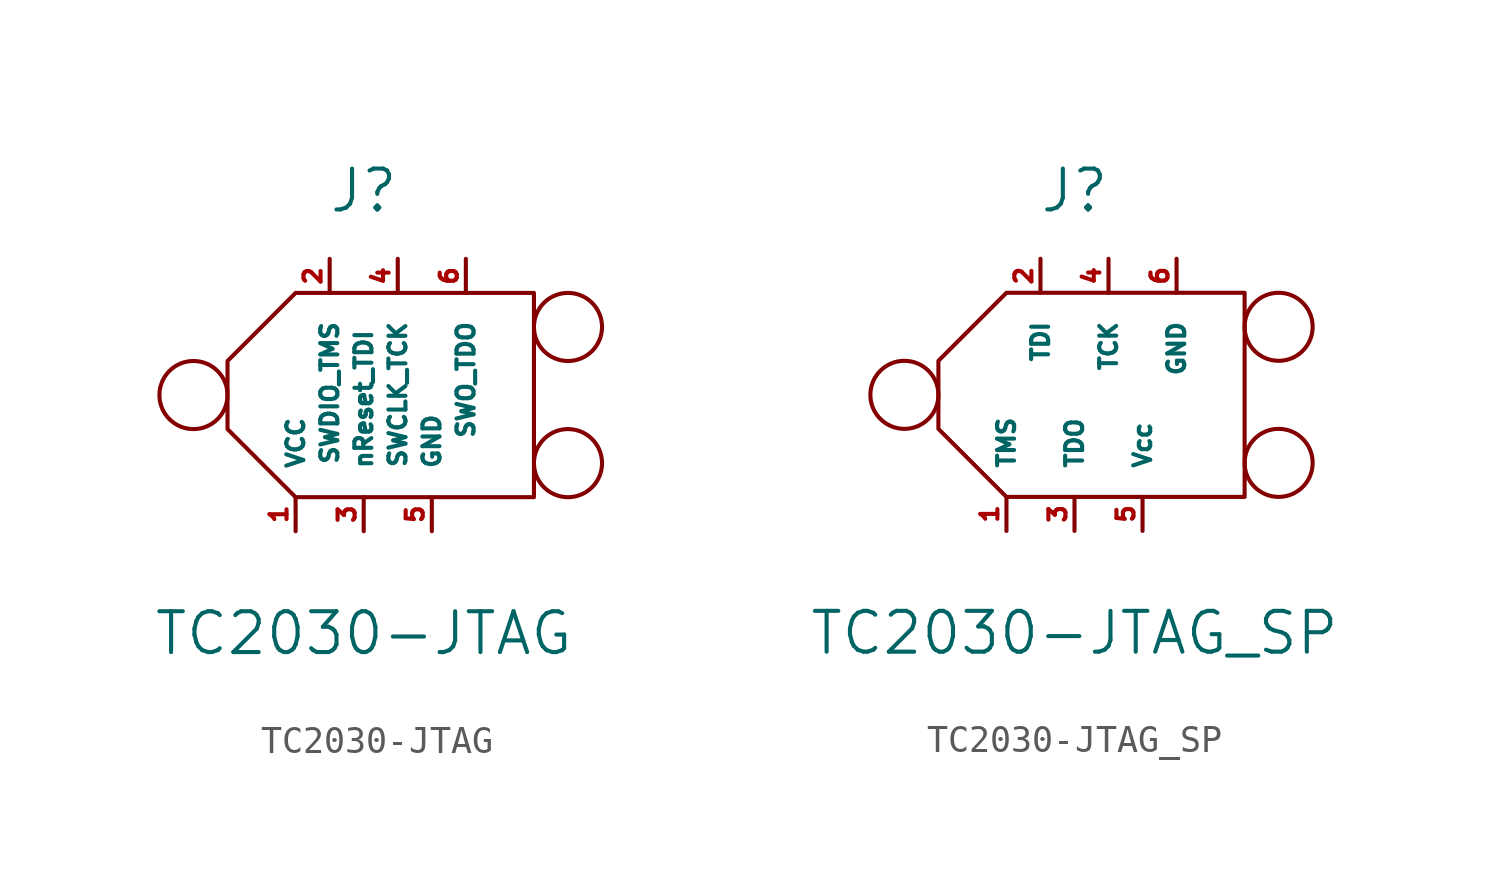
<source format=kicad_sym>
(kicad_symbol_lib
  (version 20231120)
  (generator "kicad_symbol_editor")
  (generator_version "8.0")
  (symbol "TC2030-JTAG"
    (pin_names
      (offset 1.016))
    (property "Reference" "J"
      (at 0 7.62 0)
      (effects (font (size 1.524 1.524))))
    (property "Value" "TC2030-JTAG"
      (at 0 -8.89 0)
      (effects (font (size 1.524 1.524))))
    (property "Footprint" ""
      (at 0 -2.54 0)
      (effects (font (size 1.524 1.524))))
    (property "Datasheet" ""
      (at 0 -2.54 0)
      (effects (font (size 1.524 1.524))))
    (symbol "TC2030-JTAG_0_1"
      (circle (center -6.35 0) (radius 1.27) (stroke (width 0) (type solid)) (fill (type none)))
      (polyline (pts (xy -5.08 1.27) (xy -2.54 3.81) (xy 6.35 3.81) (xy 6.35 -3.81) (xy -2.54 -3.81) (xy -5.08 -1.27) (xy -5.08 1.27)) (stroke (width 0) (type solid)) (fill (type none)))
      (circle (center 7.62 -2.54) (radius 1.27) (stroke (width 0) (type solid)) (fill (type none)))
      (circle (center 7.62 2.54) (radius 1.27) (stroke (width 0) (type solid)) (fill (type none))))
    (symbol "TC2030-JTAG_1_1"
      (pin power_in line (at -2.54 -5.08 90) (length 1.27) (name "VCC" (effects (font (size 0.635 0.635)))) (number "1" (effects (font (size 0.635 0.635)))))
      (pin bidirectional line (at -1.27 5.08 270) (length 1.27) (name "SWDIO_TMS" (effects (font (size 0.635 0.635)))) (number "2" (effects (font (size 0.635 0.635)))))
      (pin output line (at 0 -5.08 90) (length 1.27) (name "nReset_TDI" (effects (font (size 0.635 0.635)))) (number "3" (effects (font (size 0.635 0.635)))))
      (pin bidirectional line (at 1.27 5.08 270) (length 1.27) (name "SWCLK_TCK" (effects (font (size 0.635 0.635)))) (number "4" (effects (font (size 0.635 0.635)))))
      (pin power_in line (at 2.54 -5.08 90) (length 1.27) (name "GND" (effects (font (size 0.635 0.635)))) (number "5" (effects (font (size 0.635 0.635)))))
      (pin bidirectional line (at 3.81 5.08 270) (length 1.27) (name "SWO_TDO" (effects (font (size 0.635 0.635)))) (number "6" (effects (font (size 0.635 0.635)))))))
  (symbol "TC2030-JTAG_SP"
    (pin_names
      (offset 1.016))
    (property "Reference" "J"
      (at 0 7.62 0)
      (effects (font (size 1.524 1.524))))
    (property "Value" "TC2030-JTAG_SP"
      (at 0 -8.89 0)
      (effects (font (size 1.524 1.524))))
    (property "Datasheet" ""
      (at 0 -2.54 0)
      (effects (font (size 1.524 1.524))))
    (symbol "TC2030-JTAG_SP_0_1"
      (circle (center -6.35 0) (radius 1.27) (stroke (width 0) (type solid)) (fill (type none)))
      (polyline (pts (xy -5.08 1.27) (xy -2.54 3.81) (xy 6.35 3.81) (xy 6.35 -3.81) (xy -2.54 -3.81) (xy -5.08 -1.27) (xy -5.08 1.27)) (stroke (width 0) (type solid)) (fill (type none)))
      (circle (center 7.62 -2.54) (radius 1.27) (stroke (width 0) (type solid)) (fill (type none)))
      (circle (center 7.62 2.54) (radius 1.27) (stroke (width 0) (type solid)) (fill (type none))))
    (symbol "TC2030-JTAG_SP_1_1"
      (pin bidirectional line (at -2.54 -5.08 90) (length 1.27) (name "TMS" (effects (font (size 0.635 0.635)))) (number "1" (effects (font (size 0.635 0.635)))))
      (pin bidirectional line (at -1.27 5.08 270) (length 1.27) (name "TDI" (effects (font (size 0.635 0.635)))) (number "2" (effects (font (size 0.635 0.635)))))
      (pin bidirectional line (at 0 -5.08 90) (length 1.27) (name "TDO" (effects (font (size 0.635 0.635)))) (number "3" (effects (font (size 0.635 0.635)))))
      (pin bidirectional line (at 1.27 5.08 270) (length 1.27) (name "TCK" (effects (font (size 0.635 0.635)))) (number "4" (effects (font (size 0.635 0.635)))))
      (pin power_in line (at 2.54 -5.08 90) (length 1.27) (name "Vcc" (effects (font (size 0.635 0.635)))) (number "5" (effects (font (size 0.635 0.635)))))
      (pin power_in line (at 3.81 5.08 270) (length 1.27) (name "GND" (effects (font (size 0.635 0.635)))) (number "6" (effects (font (size 0.635 0.635))))))))
</source>
